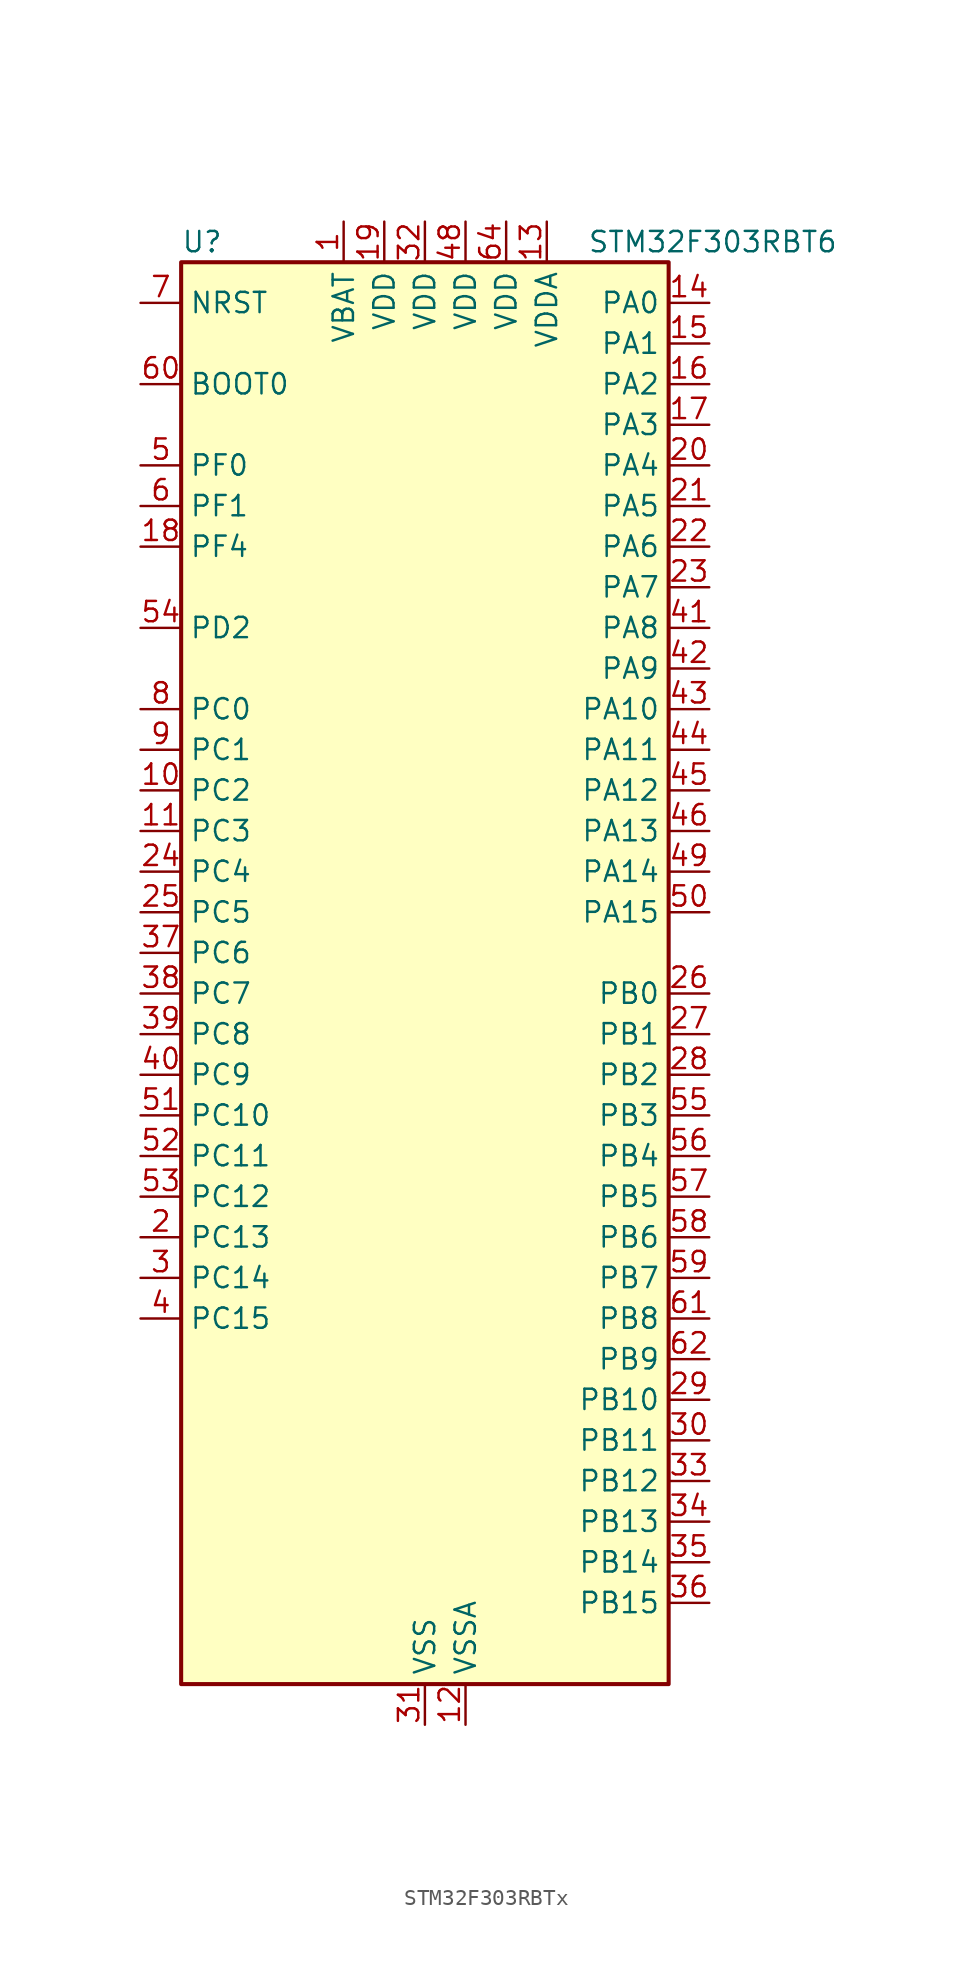
<source format=kicad_sym>
(kicad_symbol_lib
  (version 20220914)
  (generator kicad_symbol_editor)
  (symbol "STM32F303RBTx"
    (property "Reference" "U"
      (at -15.24 46.99 0)
      (effects (font (size 1.27 1.27)) (justify left)))
    (property "Value" "STM32F303RBT6"
      (at 10.16 46.99 0)
      (effects (font (size 1.27 1.27)) (justify left)))
    (symbol "STM32F303RBTx_0_1"
      (rectangle (start -15.24 45.72) (end 15.24 -43.18) (stroke (width 0.254) (type default)) (fill (type background))))
    (symbol "STM32F303RBTx_1_1"
      (pin power_in line (at -5.08 48.26 270) (length 2.54) (name "VBAT" (effects (font (size 1.27 1.27)))) (number "1" (effects (font (size 1.27 1.27)))))
      (pin bidirectional line (at -17.78 12.7 0) (length 2.54) (name "PC2" (effects (font (size 1.27 1.27)))) (number "10" (effects (font (size 1.27 1.27)))) (alternate "ADC1_IN8" bidirectional line) (alternate "ADC2_IN8" bidirectional line) (alternate "ADC3_EXTI2" bidirectional line) (alternate "ADC4_EXTI2" bidirectional line) (alternate "COMP7_OUT" bidirectional line))
      (pin bidirectional line (at -17.78 10.16 0) (length 2.54) (name "PC3" (effects (font (size 1.27 1.27)))) (number "11" (effects (font (size 1.27 1.27)))) (alternate "ADC1_IN9" bidirectional line) (alternate "ADC2_IN9" bidirectional line) (alternate "TIM1_BKIN2" bidirectional line))
      (pin power_in line (at 2.54 -45.72 90) (length 2.54) (name "VSSA" (effects (font (size 1.27 1.27)))) (number "12" (effects (font (size 1.27 1.27)))))
      (pin power_in line (at 7.62 48.26 270) (length 2.54) (name "VDDA" (effects (font (size 1.27 1.27)))) (number "13" (effects (font (size 1.27 1.27)))))
      (pin bidirectional line (at 17.78 43.18 180) (length 2.54) (name "PA0" (effects (font (size 1.27 1.27)))) (number "14" (effects (font (size 1.27 1.27)))) (alternate "ADC1_IN1" bidirectional line) (alternate "COMP1_INM" bidirectional line) (alternate "COMP1_OUT" bidirectional line) (alternate "COMP7_INP" bidirectional line) (alternate "RTC_TAMP2" bidirectional line) (alternate "SYS_WKUP1" bidirectional line) (alternate "TIM2_CH1" bidirectional line) (alternate "TIM2_ETR" bidirectional line) (alternate "TIM8_BKIN" bidirectional line) (alternate "TIM8_ETR" bidirectional line) (alternate "TSC_G1_IO1" bidirectional line) (alternate "USART2_CTS" bidirectional line))
      (pin bidirectional line (at 17.78 40.64 180) (length 2.54) (name "PA1" (effects (font (size 1.27 1.27)))) (number "15" (effects (font (size 1.27 1.27)))) (alternate "ADC1_IN2" bidirectional line) (alternate "COMP1_INP" bidirectional line) (alternate "OPAMP1_VINP" bidirectional line) (alternate "OPAMP1_VINP_SEC" bidirectional line) (alternate "OPAMP3_VINP" bidirectional line) (alternate "OPAMP3_VINP_SEC" bidirectional line) (alternate "RTC_REFIN" bidirectional line) (alternate "TIM15_CH1N" bidirectional line) (alternate "TIM2_CH2" bidirectional line) (alternate "TSC_G1_IO2" bidirectional line) (alternate "USART2_DE" bidirectional line) (alternate "USART2_RTS" bidirectional line))
      (pin bidirectional line (at 17.78 38.1 180) (length 2.54) (name "PA2" (effects (font (size 1.27 1.27)))) (number "16" (effects (font (size 1.27 1.27)))) (alternate "ADC1_IN3" bidirectional line) (alternate "ADC3_EXTI2" bidirectional line) (alternate "ADC4_EXTI2" bidirectional line) (alternate "COMP2_INM" bidirectional line) (alternate "COMP2_OUT" bidirectional line) (alternate "OPAMP1_VOUT" bidirectional line) (alternate "TIM15_CH1" bidirectional line) (alternate "TIM2_CH3" bidirectional line) (alternate "TSC_G1_IO3" bidirectional line) (alternate "USART2_TX" bidirectional line))
      (pin bidirectional line (at 17.78 35.56 180) (length 2.54) (name "PA3" (effects (font (size 1.27 1.27)))) (number "17" (effects (font (size 1.27 1.27)))) (alternate "ADC1_IN4" bidirectional line) (alternate "COMP2_INP" bidirectional line) (alternate "OPAMP1_VINM" bidirectional line) (alternate "OPAMP1_VINM_SEC" bidirectional line) (alternate "OPAMP1_VINP" bidirectional line) (alternate "OPAMP1_VINP_SEC" bidirectional line) (alternate "TIM15_CH2" bidirectional line) (alternate "TIM2_CH4" bidirectional line) (alternate "TSC_G1_IO4" bidirectional line) (alternate "USART2_RX" bidirectional line))
      (pin bidirectional line (at -17.78 27.94 0) (length 2.54) (name "PF4" (effects (font (size 1.27 1.27)))) (number "18" (effects (font (size 1.27 1.27)))) (alternate "ADC1_IN5" bidirectional line) (alternate "COMP1_OUT" bidirectional line))
      (pin power_in line (at -2.54 48.26 270) (length 2.54) (name "VDD" (effects (font (size 1.27 1.27)))) (number "19" (effects (font (size 1.27 1.27)))))
      (pin bidirectional line (at -17.78 -15.24 0) (length 2.54) (name "PC13" (effects (font (size 1.27 1.27)))) (number "2" (effects (font (size 1.27 1.27)))) (alternate "RTC_OUT_ALARM" bidirectional line) (alternate "RTC_OUT_CALIB" bidirectional line) (alternate "RTC_TAMP1" bidirectional line) (alternate "RTC_TS" bidirectional line) (alternate "SYS_WKUP2" bidirectional line) (alternate "TIM1_CH1N" bidirectional line))
      (pin bidirectional line (at 17.78 33.02 180) (length 2.54) (name "PA4" (effects (font (size 1.27 1.27)))) (number "20" (effects (font (size 1.27 1.27)))) (alternate "ADC2_IN1" bidirectional line) (alternate "COMP1_INM" bidirectional line) (alternate "COMP2_INM" bidirectional line) (alternate "COMP3_INM" bidirectional line) (alternate "COMP4_INM" bidirectional line) (alternate "COMP5_INM" bidirectional line) (alternate "COMP6_INM" bidirectional line) (alternate "COMP7_INM" bidirectional line) (alternate "DAC_OUT1" bidirectional line) (alternate "I2S3_WS" bidirectional line) (alternate "OPAMP4_VINP" bidirectional line) (alternate "OPAMP4_VINP_SEC" bidirectional line) (alternate "SPI1_NSS" bidirectional line) (alternate "SPI3_NSS" bidirectional line) (alternate "TIM3_CH2" bidirectional line) (alternate "TSC_G2_IO1" bidirectional line) (alternate "USART2_CK" bidirectional line))
      (pin bidirectional line (at 17.78 30.48 180) (length 2.54) (name "PA5" (effects (font (size 1.27 1.27)))) (number "21" (effects (font (size 1.27 1.27)))) (alternate "ADC2_IN2" bidirectional line) (alternate "COMP1_INM" bidirectional line) (alternate "COMP2_INM" bidirectional line) (alternate "COMP3_INM" bidirectional line) (alternate "COMP4_INM" bidirectional line) (alternate "COMP5_INM" bidirectional line) (alternate "COMP6_INM" bidirectional line) (alternate "COMP7_INM" bidirectional line) (alternate "DAC_OUT2" bidirectional line) (alternate "OPAMP1_VINP" bidirectional line) (alternate "OPAMP1_VINP_SEC" bidirectional line) (alternate "OPAMP2_VINM" bidirectional line) (alternate "OPAMP2_VINM_SEC" bidirectional line) (alternate "OPAMP3_VINP" bidirectional line) (alternate "OPAMP3_VINP_SEC" bidirectional line) (alternate "SPI1_SCK" bidirectional line) (alternate "TIM2_CH1" bidirectional line) (alternate "TIM2_ETR" bidirectional line) (alternate "TSC_G2_IO2" bidirectional line))
      (pin bidirectional line (at 17.78 27.94 180) (length 2.54) (name "PA6" (effects (font (size 1.27 1.27)))) (number "22" (effects (font (size 1.27 1.27)))) (alternate "ADC2_IN3" bidirectional line) (alternate "COMP1_OUT" bidirectional line) (alternate "OPAMP2_VOUT" bidirectional line) (alternate "SPI1_MISO" bidirectional line) (alternate "TIM16_CH1" bidirectional line) (alternate "TIM1_BKIN" bidirectional line) (alternate "TIM3_CH1" bidirectional line) (alternate "TIM8_BKIN" bidirectional line) (alternate "TSC_G2_IO3" bidirectional line))
      (pin bidirectional line (at 17.78 25.4 180) (length 2.54) (name "PA7" (effects (font (size 1.27 1.27)))) (number "23" (effects (font (size 1.27 1.27)))) (alternate "ADC2_IN4" bidirectional line) (alternate "COMP2_INP" bidirectional line) (alternate "COMP2_OUT" bidirectional line) (alternate "OPAMP1_VINP" bidirectional line) (alternate "OPAMP1_VINP_SEC" bidirectional line) (alternate "OPAMP2_VINP" bidirectional line) (alternate "OPAMP2_VINP_SEC" bidirectional line) (alternate "SPI1_MOSI" bidirectional line) (alternate "TIM17_CH1" bidirectional line) (alternate "TIM1_CH1N" bidirectional line) (alternate "TIM3_CH2" bidirectional line) (alternate "TIM8_CH1N" bidirectional line) (alternate "TSC_G2_IO4" bidirectional line))
      (pin bidirectional line (at -17.78 7.62 0) (length 2.54) (name "PC4" (effects (font (size 1.27 1.27)))) (number "24" (effects (font (size 1.27 1.27)))) (alternate "ADC2_IN5" bidirectional line) (alternate "USART1_TX" bidirectional line))
      (pin bidirectional line (at -17.78 5.08 0) (length 2.54) (name "PC5" (effects (font (size 1.27 1.27)))) (number "25" (effects (font (size 1.27 1.27)))) (alternate "ADC2_IN11" bidirectional line) (alternate "OPAMP1_VINM" bidirectional line) (alternate "OPAMP1_VINM_SEC" bidirectional line) (alternate "OPAMP2_VINM" bidirectional line) (alternate "OPAMP2_VINM_SEC" bidirectional line) (alternate "TSC_G3_IO1" bidirectional line) (alternate "USART1_RX" bidirectional line))
      (pin bidirectional line (at 17.78 0 180) (length 2.54) (name "PB0" (effects (font (size 1.27 1.27)))) (number "26" (effects (font (size 1.27 1.27)))) (alternate "ADC3_IN12" bidirectional line) (alternate "COMP4_INP" bidirectional line) (alternate "OPAMP2_VINP" bidirectional line) (alternate "OPAMP2_VINP_SEC" bidirectional line) (alternate "OPAMP3_VINP" bidirectional line) (alternate "OPAMP3_VINP_SEC" bidirectional line) (alternate "TIM1_CH2N" bidirectional line) (alternate "TIM3_CH3" bidirectional line) (alternate "TIM8_CH2N" bidirectional line) (alternate "TSC_G3_IO2" bidirectional line))
      (pin bidirectional line (at 17.78 -2.54 180) (length 2.54) (name "PB1" (effects (font (size 1.27 1.27)))) (number "27" (effects (font (size 1.27 1.27)))) (alternate "ADC3_IN1" bidirectional line) (alternate "COMP4_OUT" bidirectional line) (alternate "OPAMP3_VOUT" bidirectional line) (alternate "TIM1_CH3N" bidirectional line) (alternate "TIM3_CH4" bidirectional line) (alternate "TIM8_CH3N" bidirectional line) (alternate "TSC_G3_IO3" bidirectional line))
      (pin bidirectional line (at 17.78 -5.08 180) (length 2.54) (name "PB2" (effects (font (size 1.27 1.27)))) (number "28" (effects (font (size 1.27 1.27)))) (alternate "ADC2_IN12" bidirectional line) (alternate "ADC3_EXTI2" bidirectional line) (alternate "ADC4_EXTI2" bidirectional line) (alternate "COMP4_INM" bidirectional line) (alternate "OPAMP3_VINM" bidirectional line) (alternate "OPAMP3_VINM_SEC" bidirectional line) (alternate "TSC_G3_IO4" bidirectional line))
      (pin bidirectional line (at 17.78 -25.4 180) (length 2.54) (name "PB10" (effects (font (size 1.27 1.27)))) (number "29" (effects (font (size 1.27 1.27)))) (alternate "COMP5_INM" bidirectional line) (alternate "OPAMP3_VINM" bidirectional line) (alternate "OPAMP3_VINM_SEC" bidirectional line) (alternate "OPAMP4_VINM" bidirectional line) (alternate "OPAMP4_VINM_SEC" bidirectional line) (alternate "TIM2_CH3" bidirectional line) (alternate "TSC_SYNC" bidirectional line) (alternate "USART3_TX" bidirectional line))
      (pin bidirectional line (at -17.78 -17.78 0) (length 2.54) (name "PC14" (effects (font (size 1.27 1.27)))) (number "3" (effects (font (size 1.27 1.27)))) (alternate "RCC_OSC32_IN" bidirectional line))
      (pin bidirectional line (at 17.78 -27.94 180) (length 2.54) (name "PB11" (effects (font (size 1.27 1.27)))) (number "30" (effects (font (size 1.27 1.27)))) (alternate "ADC1_EXTI11" bidirectional line) (alternate "ADC2_EXTI11" bidirectional line) (alternate "COMP6_INP" bidirectional line) (alternate "OPAMP4_VINP" bidirectional line) (alternate "OPAMP4_VINP_SEC" bidirectional line) (alternate "TIM2_CH4" bidirectional line) (alternate "TSC_G6_IO1" bidirectional line) (alternate "USART3_RX" bidirectional line))
      (pin power_in line (at 0 -45.72 90) (length 2.54) (name "VSS" (effects (font (size 1.27 1.27)))) (number "31" (effects (font (size 1.27 1.27)))))
      (pin power_in line (at 0 48.26 270) (length 2.54) (name "VDD" (effects (font (size 1.27 1.27)))) (number "32" (effects (font (size 1.27 1.27)))))
      (pin bidirectional line (at 17.78 -30.48 180) (length 2.54) (name "PB12" (effects (font (size 1.27 1.27)))) (number "33" (effects (font (size 1.27 1.27)))) (alternate "ADC4_IN3" bidirectional line) (alternate "COMP3_INM" bidirectional line) (alternate "I2C2_SMBA" bidirectional line) (alternate "I2S2_WS" bidirectional line) (alternate "OPAMP4_VOUT" bidirectional line) (alternate "SPI2_NSS" bidirectional line) (alternate "TIM1_BKIN" bidirectional line) (alternate "TSC_G6_IO2" bidirectional line) (alternate "USART3_CK" bidirectional line))
      (pin bidirectional line (at 17.78 -33.02 180) (length 2.54) (name "PB13" (effects (font (size 1.27 1.27)))) (number "34" (effects (font (size 1.27 1.27)))) (alternate "ADC3_IN5" bidirectional line) (alternate "COMP5_INP" bidirectional line) (alternate "I2S2_CK" bidirectional line) (alternate "OPAMP3_VINP" bidirectional line) (alternate "OPAMP3_VINP_SEC" bidirectional line) (alternate "OPAMP4_VINP" bidirectional line) (alternate "OPAMP4_VINP_SEC" bidirectional line) (alternate "SPI2_SCK" bidirectional line) (alternate "TIM1_CH1N" bidirectional line) (alternate "TSC_G6_IO3" bidirectional line) (alternate "USART3_CTS" bidirectional line))
      (pin bidirectional line (at 17.78 -35.56 180) (length 2.54) (name "PB14" (effects (font (size 1.27 1.27)))) (number "35" (effects (font (size 1.27 1.27)))) (alternate "ADC4_IN4" bidirectional line) (alternate "COMP3_INP" bidirectional line) (alternate "I2S2_ext_SD" bidirectional line) (alternate "OPAMP2_VINP" bidirectional line) (alternate "OPAMP2_VINP_SEC" bidirectional line) (alternate "SPI2_MISO" bidirectional line) (alternate "TIM15_CH1" bidirectional line) (alternate "TIM1_CH2N" bidirectional line) (alternate "TSC_G6_IO4" bidirectional line) (alternate "USART3_DE" bidirectional line) (alternate "USART3_RTS" bidirectional line))
      (pin bidirectional line (at 17.78 -38.1 180) (length 2.54) (name "PB15" (effects (font (size 1.27 1.27)))) (number "36" (effects (font (size 1.27 1.27)))) (alternate "ADC1_EXTI15" bidirectional line) (alternate "ADC2_EXTI15" bidirectional line) (alternate "ADC4_IN5" bidirectional line) (alternate "COMP6_INM" bidirectional line) (alternate "I2S2_SD" bidirectional line) (alternate "RTC_REFIN" bidirectional line) (alternate "SPI2_MOSI" bidirectional line) (alternate "TIM15_CH1N" bidirectional line) (alternate "TIM15_CH2" bidirectional line) (alternate "TIM1_CH3N" bidirectional line))
      (pin bidirectional line (at -17.78 2.54 0) (length 2.54) (name "PC6" (effects (font (size 1.27 1.27)))) (number "37" (effects (font (size 1.27 1.27)))) (alternate "COMP6_OUT" bidirectional line) (alternate "I2S2_MCK" bidirectional line) (alternate "TIM3_CH1" bidirectional line) (alternate "TIM8_CH1" bidirectional line))
      (pin bidirectional line (at -17.78 0 0) (length 2.54) (name "PC7" (effects (font (size 1.27 1.27)))) (number "38" (effects (font (size 1.27 1.27)))) (alternate "COMP5_OUT" bidirectional line) (alternate "I2S3_MCK" bidirectional line) (alternate "TIM3_CH2" bidirectional line) (alternate "TIM8_CH2" bidirectional line))
      (pin bidirectional line (at -17.78 -2.54 0) (length 2.54) (name "PC8" (effects (font (size 1.27 1.27)))) (number "39" (effects (font (size 1.27 1.27)))) (alternate "COMP3_OUT" bidirectional line) (alternate "TIM3_CH3" bidirectional line) (alternate "TIM8_CH3" bidirectional line))
      (pin bidirectional line (at -17.78 -20.32 0) (length 2.54) (name "PC15" (effects (font (size 1.27 1.27)))) (number "4" (effects (font (size 1.27 1.27)))) (alternate "ADC1_EXTI15" bidirectional line) (alternate "ADC2_EXTI15" bidirectional line) (alternate "RCC_OSC32_OUT" bidirectional line))
      (pin bidirectional line (at -17.78 -5.08 0) (length 2.54) (name "PC9" (effects (font (size 1.27 1.27)))) (number "40" (effects (font (size 1.27 1.27)))) (alternate "DAC_EXTI9" bidirectional line) (alternate "I2S_CKIN" bidirectional line) (alternate "TIM3_CH4" bidirectional line) (alternate "TIM8_BKIN2" bidirectional line) (alternate "TIM8_CH4" bidirectional line))
      (pin bidirectional line (at 17.78 22.86 180) (length 2.54) (name "PA8" (effects (font (size 1.27 1.27)))) (number "41" (effects (font (size 1.27 1.27)))) (alternate "COMP3_OUT" bidirectional line) (alternate "I2C2_SMBA" bidirectional line) (alternate "I2S2_MCK" bidirectional line) (alternate "RCC_MCO" bidirectional line) (alternate "TIM1_CH1" bidirectional line) (alternate "TIM4_ETR" bidirectional line) (alternate "USART1_CK" bidirectional line))
      (pin bidirectional line (at 17.78 20.32 180) (length 2.54) (name "PA9" (effects (font (size 1.27 1.27)))) (number "42" (effects (font (size 1.27 1.27)))) (alternate "COMP5_OUT" bidirectional line) (alternate "DAC_EXTI9" bidirectional line) (alternate "I2C2_SCL" bidirectional line) (alternate "I2S3_MCK" bidirectional line) (alternate "TIM15_BKIN" bidirectional line) (alternate "TIM1_CH2" bidirectional line) (alternate "TIM2_CH3" bidirectional line) (alternate "TSC_G4_IO1" bidirectional line) (alternate "USART1_TX" bidirectional line))
      (pin bidirectional line (at 17.78 17.78 180) (length 2.54) (name "PA10" (effects (font (size 1.27 1.27)))) (number "43" (effects (font (size 1.27 1.27)))) (alternate "COMP6_OUT" bidirectional line) (alternate "I2C2_SDA" bidirectional line) (alternate "TIM17_BKIN" bidirectional line) (alternate "TIM1_CH3" bidirectional line) (alternate "TIM2_CH4" bidirectional line) (alternate "TIM8_BKIN" bidirectional line) (alternate "TSC_G4_IO2" bidirectional line) (alternate "USART1_RX" bidirectional line))
      (pin bidirectional line (at 17.78 15.24 180) (length 2.54) (name "PA11" (effects (font (size 1.27 1.27)))) (number "44" (effects (font (size 1.27 1.27)))) (alternate "ADC1_EXTI11" bidirectional line) (alternate "ADC2_EXTI11" bidirectional line) (alternate "CAN_RX" bidirectional line) (alternate "COMP1_OUT" bidirectional line) (alternate "TIM1_BKIN2" bidirectional line) (alternate "TIM1_CH1N" bidirectional line) (alternate "TIM1_CH4" bidirectional line) (alternate "TIM4_CH1" bidirectional line) (alternate "USART1_CTS" bidirectional line) (alternate "USB_DM" bidirectional line))
      (pin bidirectional line (at 17.78 12.7 180) (length 2.54) (name "PA12" (effects (font (size 1.27 1.27)))) (number "45" (effects (font (size 1.27 1.27)))) (alternate "CAN_TX" bidirectional line) (alternate "COMP2_OUT" bidirectional line) (alternate "TIM16_CH1" bidirectional line) (alternate "TIM1_CH2N" bidirectional line) (alternate "TIM1_ETR" bidirectional line) (alternate "TIM4_CH2" bidirectional line) (alternate "USART1_DE" bidirectional line) (alternate "USART1_RTS" bidirectional line) (alternate "USB_DP" bidirectional line))
      (pin bidirectional line (at 17.78 10.16 180) (length 2.54) (name "PA13" (effects (font (size 1.27 1.27)))) (number "46" (effects (font (size 1.27 1.27)))) (alternate "IR_OUT" bidirectional line) (alternate "SYS_JTMS-SWDIO" bidirectional line) (alternate "TIM16_CH1N" bidirectional line) (alternate "TIM4_CH3" bidirectional line) (alternate "TSC_G4_IO3" bidirectional line) (alternate "USART3_CTS" bidirectional line))
      (pin passive line (at 0 -45.72 90) (length 2.54) hide (name "VSS" (effects (font (size 1.27 1.27)))) (number "47" (effects (font (size 1.27 1.27)))))
      (pin power_in line (at 2.54 48.26 270) (length 2.54) (name "VDD" (effects (font (size 1.27 1.27)))) (number "48" (effects (font (size 1.27 1.27)))))
      (pin bidirectional line (at 17.78 7.62 180) (length 2.54) (name "PA14" (effects (font (size 1.27 1.27)))) (number "49" (effects (font (size 1.27 1.27)))) (alternate "I2C1_SDA" bidirectional line) (alternate "SYS_JTCK-SWCLK" bidirectional line) (alternate "TIM1_BKIN" bidirectional line) (alternate "TIM8_CH2" bidirectional line) (alternate "TSC_G4_IO4" bidirectional line) (alternate "USART2_TX" bidirectional line))
      (pin bidirectional line (at -17.78 33.02 0) (length 2.54) (name "PF0" (effects (font (size 1.27 1.27)))) (number "5" (effects (font (size 1.27 1.27)))) (alternate "I2C2_SDA" bidirectional line) (alternate "RCC_OSC_IN" bidirectional line) (alternate "TIM1_CH3N" bidirectional line))
      (pin bidirectional line (at 17.78 5.08 180) (length 2.54) (name "PA15" (effects (font (size 1.27 1.27)))) (number "50" (effects (font (size 1.27 1.27)))) (alternate "ADC1_EXTI15" bidirectional line) (alternate "ADC2_EXTI15" bidirectional line) (alternate "I2C1_SCL" bidirectional line) (alternate "I2S3_WS" bidirectional line) (alternate "SPI1_NSS" bidirectional line) (alternate "SPI3_NSS" bidirectional line) (alternate "SYS_JTDI" bidirectional line) (alternate "TIM1_BKIN" bidirectional line) (alternate "TIM2_CH1" bidirectional line) (alternate "TIM2_ETR" bidirectional line) (alternate "TIM8_CH1" bidirectional line) (alternate "USART2_RX" bidirectional line))
      (pin bidirectional line (at -17.78 -7.62 0) (length 2.54) (name "PC10" (effects (font (size 1.27 1.27)))) (number "51" (effects (font (size 1.27 1.27)))) (alternate "I2S3_CK" bidirectional line) (alternate "SPI3_SCK" bidirectional line) (alternate "TIM8_CH1N" bidirectional line) (alternate "UART4_TX" bidirectional line) (alternate "USART3_TX" bidirectional line))
      (pin bidirectional line (at -17.78 -10.16 0) (length 2.54) (name "PC11" (effects (font (size 1.27 1.27)))) (number "52" (effects (font (size 1.27 1.27)))) (alternate "ADC1_EXTI11" bidirectional line) (alternate "ADC2_EXTI11" bidirectional line) (alternate "I2S3_ext_SD" bidirectional line) (alternate "SPI3_MISO" bidirectional line) (alternate "TIM8_CH2N" bidirectional line) (alternate "UART4_RX" bidirectional line) (alternate "USART3_RX" bidirectional line))
      (pin bidirectional line (at -17.78 -12.7 0) (length 2.54) (name "PC12" (effects (font (size 1.27 1.27)))) (number "53" (effects (font (size 1.27 1.27)))) (alternate "I2S3_SD" bidirectional line) (alternate "SPI3_MOSI" bidirectional line) (alternate "TIM8_CH3N" bidirectional line) (alternate "UART5_TX" bidirectional line) (alternate "USART3_CK" bidirectional line))
      (pin bidirectional line (at -17.78 22.86 0) (length 2.54) (name "PD2" (effects (font (size 1.27 1.27)))) (number "54" (effects (font (size 1.27 1.27)))) (alternate "ADC3_EXTI2" bidirectional line) (alternate "ADC4_EXTI2" bidirectional line) (alternate "TIM3_ETR" bidirectional line) (alternate "TIM8_BKIN" bidirectional line) (alternate "UART5_RX" bidirectional line))
      (pin bidirectional line (at 17.78 -7.62 180) (length 2.54) (name "PB3" (effects (font (size 1.27 1.27)))) (number "55" (effects (font (size 1.27 1.27)))) (alternate "I2S3_CK" bidirectional line) (alternate "SPI1_SCK" bidirectional line) (alternate "SPI3_SCK" bidirectional line) (alternate "SYS_JTDO-TRACESWO" bidirectional line) (alternate "TIM2_CH2" bidirectional line) (alternate "TIM3_ETR" bidirectional line) (alternate "TIM4_ETR" bidirectional line) (alternate "TIM8_CH1N" bidirectional line) (alternate "TSC_G5_IO1" bidirectional line) (alternate "USART2_TX" bidirectional line))
      (pin bidirectional line (at 17.78 -10.16 180) (length 2.54) (name "PB4" (effects (font (size 1.27 1.27)))) (number "56" (effects (font (size 1.27 1.27)))) (alternate "I2S3_ext_SD" bidirectional line) (alternate "SPI1_MISO" bidirectional line) (alternate "SPI3_MISO" bidirectional line) (alternate "SYS_NJTRST" bidirectional line) (alternate "TIM16_CH1" bidirectional line) (alternate "TIM17_BKIN" bidirectional line) (alternate "TIM3_CH1" bidirectional line) (alternate "TIM8_CH2N" bidirectional line) (alternate "TSC_G5_IO2" bidirectional line) (alternate "USART2_RX" bidirectional line))
      (pin bidirectional line (at 17.78 -12.7 180) (length 2.54) (name "PB5" (effects (font (size 1.27 1.27)))) (number "57" (effects (font (size 1.27 1.27)))) (alternate "I2C1_SMBA" bidirectional line) (alternate "I2S3_SD" bidirectional line) (alternate "SPI1_MOSI" bidirectional line) (alternate "SPI3_MOSI" bidirectional line) (alternate "TIM16_BKIN" bidirectional line) (alternate "TIM17_CH1" bidirectional line) (alternate "TIM3_CH2" bidirectional line) (alternate "TIM8_CH3N" bidirectional line) (alternate "USART2_CK" bidirectional line))
      (pin bidirectional line (at 17.78 -15.24 180) (length 2.54) (name "PB6" (effects (font (size 1.27 1.27)))) (number "58" (effects (font (size 1.27 1.27)))) (alternate "I2C1_SCL" bidirectional line) (alternate "TIM16_CH1N" bidirectional line) (alternate "TIM4_CH1" bidirectional line) (alternate "TIM8_BKIN2" bidirectional line) (alternate "TIM8_CH1" bidirectional line) (alternate "TIM8_ETR" bidirectional line) (alternate "TSC_G5_IO3" bidirectional line) (alternate "USART1_TX" bidirectional line))
      (pin bidirectional line (at 17.78 -17.78 180) (length 2.54) (name "PB7" (effects (font (size 1.27 1.27)))) (number "59" (effects (font (size 1.27 1.27)))) (alternate "I2C1_SDA" bidirectional line) (alternate "TIM17_CH1N" bidirectional line) (alternate "TIM3_CH4" bidirectional line) (alternate "TIM4_CH2" bidirectional line) (alternate "TIM8_BKIN" bidirectional line) (alternate "TSC_G5_IO4" bidirectional line) (alternate "USART1_RX" bidirectional line))
      (pin bidirectional line (at -17.78 30.48 0) (length 2.54) (name "PF1" (effects (font (size 1.27 1.27)))) (number "6" (effects (font (size 1.27 1.27)))) (alternate "I2C2_SCL" bidirectional line) (alternate "RCC_OSC_OUT" bidirectional line))
      (pin input line (at -17.78 38.1 0) (length 2.54) (name "BOOT0" (effects (font (size 1.27 1.27)))) (number "60" (effects (font (size 1.27 1.27)))))
      (pin bidirectional line (at 17.78 -20.32 180) (length 2.54) (name "PB8" (effects (font (size 1.27 1.27)))) (number "61" (effects (font (size 1.27 1.27)))) (alternate "CAN_RX" bidirectional line) (alternate "COMP1_OUT" bidirectional line) (alternate "I2C1_SCL" bidirectional line) (alternate "TIM16_CH1" bidirectional line) (alternate "TIM1_BKIN" bidirectional line) (alternate "TIM4_CH3" bidirectional line) (alternate "TIM8_CH2" bidirectional line) (alternate "TSC_SYNC" bidirectional line))
      (pin bidirectional line (at 17.78 -22.86 180) (length 2.54) (name "PB9" (effects (font (size 1.27 1.27)))) (number "62" (effects (font (size 1.27 1.27)))) (alternate "CAN_TX" bidirectional line) (alternate "COMP2_OUT" bidirectional line) (alternate "DAC_EXTI9" bidirectional line) (alternate "I2C1_SDA" bidirectional line) (alternate "IR_OUT" bidirectional line) (alternate "TIM17_CH1" bidirectional line) (alternate "TIM4_CH4" bidirectional line) (alternate "TIM8_CH3" bidirectional line))
      (pin passive line (at 0 -45.72 90) (length 2.54) hide (name "VSS" (effects (font (size 1.27 1.27)))) (number "63" (effects (font (size 1.27 1.27)))))
      (pin power_in line (at 5.08 48.26 270) (length 2.54) (name "VDD" (effects (font (size 1.27 1.27)))) (number "64" (effects (font (size 1.27 1.27)))))
      (pin input line (at -17.78 43.18 0) (length 2.54) (name "NRST" (effects (font (size 1.27 1.27)))) (number "7" (effects (font (size 1.27 1.27)))))
      (pin bidirectional line (at -17.78 17.78 0) (length 2.54) (name "PC0" (effects (font (size 1.27 1.27)))) (number "8" (effects (font (size 1.27 1.27)))) (alternate "ADC1_IN6" bidirectional line) (alternate "ADC2_IN6" bidirectional line) (alternate "COMP7_INM" bidirectional line))
      (pin bidirectional line (at -17.78 15.24 0) (length 2.54) (name "PC1" (effects (font (size 1.27 1.27)))) (number "9" (effects (font (size 1.27 1.27)))) (alternate "ADC1_IN7" bidirectional line) (alternate "ADC2_IN7" bidirectional line) (alternate "COMP7_INP" bidirectional line)))))
</source>
